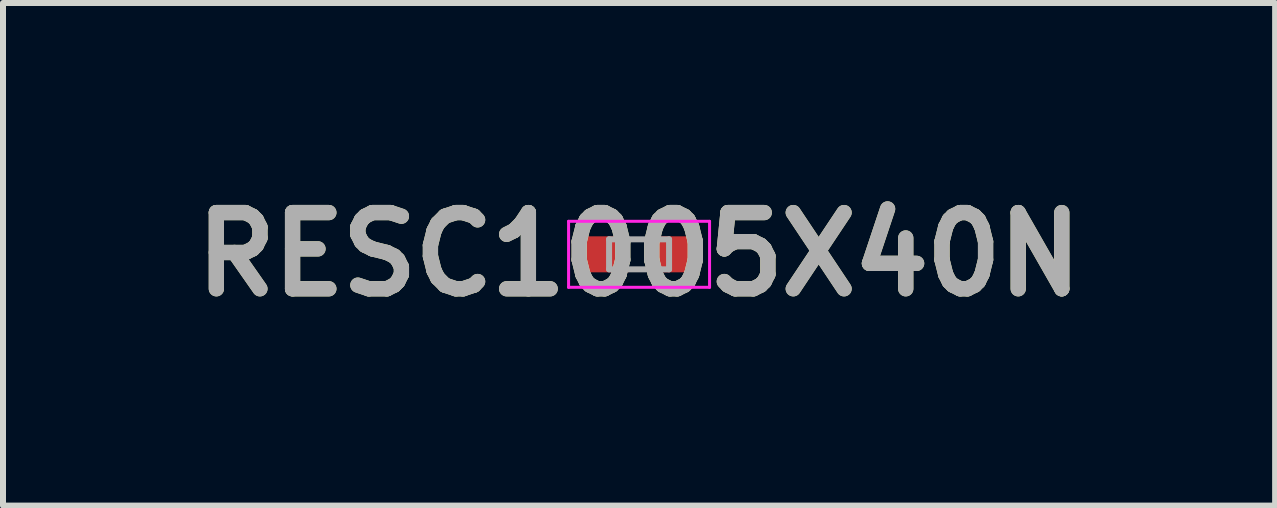
<source format=kicad_pcb>
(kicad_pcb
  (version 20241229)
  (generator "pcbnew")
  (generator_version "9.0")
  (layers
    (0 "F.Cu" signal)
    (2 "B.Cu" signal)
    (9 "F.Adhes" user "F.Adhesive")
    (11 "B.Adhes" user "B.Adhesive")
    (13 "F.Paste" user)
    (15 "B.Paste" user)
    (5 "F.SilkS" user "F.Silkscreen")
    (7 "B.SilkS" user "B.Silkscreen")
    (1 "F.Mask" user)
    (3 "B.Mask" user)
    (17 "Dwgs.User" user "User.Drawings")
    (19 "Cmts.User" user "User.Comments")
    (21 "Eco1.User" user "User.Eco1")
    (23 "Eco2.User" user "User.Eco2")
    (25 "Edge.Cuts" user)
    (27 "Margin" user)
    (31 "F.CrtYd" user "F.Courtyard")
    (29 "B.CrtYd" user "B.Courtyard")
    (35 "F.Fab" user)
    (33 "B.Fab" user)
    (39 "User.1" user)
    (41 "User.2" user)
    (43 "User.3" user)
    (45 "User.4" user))
  (footprint "RESC1005X40N"
    (layer "F.Cu")
    (at 7.602 1.189)
    (property "Reference" "RESC1005X40N" (at 0 0 0) (layer "F.SilkS") (effects (font (size 1.27 1.27) (thickness 0.254))))
    (attr smd)
    (fp_line (start -1.175 -0.55) (end 1.175 -0.55) (stroke (width 0.05) (type solid)) (layer "F.CrtYd"))
    (fp_line (start -1.175 0.55) (end -1.175 -0.55) (stroke (width 0.05) (type solid)) (layer "F.CrtYd"))
    (fp_line (start 1.175 -0.55) (end 1.175 0.55) (stroke (width 0.05) (type solid)) (layer "F.CrtYd"))
    (fp_line (start 1.175 0.55) (end -1.175 0.55) (stroke (width 0.05) (type solid)) (layer "F.CrtYd"))
    (fp_line (start -0.5 -0.25) (end 0.5 -0.25) (stroke (width 0.1) (type solid)) (layer "F.Fab"))
    (fp_line (start -0.5 0.25) (end -0.5 -0.25) (stroke (width 0.1) (type solid)) (layer "F.Fab"))
    (fp_line (start 0.5 -0.25) (end 0.5 0.25) (stroke (width 0.1) (type solid)) (layer "F.Fab"))
    (fp_line (start 0.5 0.25) (end -0.5 0.25) (stroke (width 0.1) (type solid)) (layer "F.Fab"))
    (fp_text user "${REFERENCE}" (at 0 0 0) (layer "F.Fab") (effects (font (size 1.27 1.27) (thickness 0.254))))
    (pad "1" smd rect (at -0.55 0 90) (size 0.6 0.75) (layers "F.Cu" "F.Mask" "F.Paste"))
    (pad "2" smd rect (at 0.55 0 90) (size 0.6 0.75) (layers "F.Cu" "F.Mask" "F.Paste")))
  (gr_rect
    (start -3 -3)
    (end 18.204 5.377)
    (stroke (width 0.1) (type default))
    (fill no)
    (layer "Edge.Cuts")))
</source>
